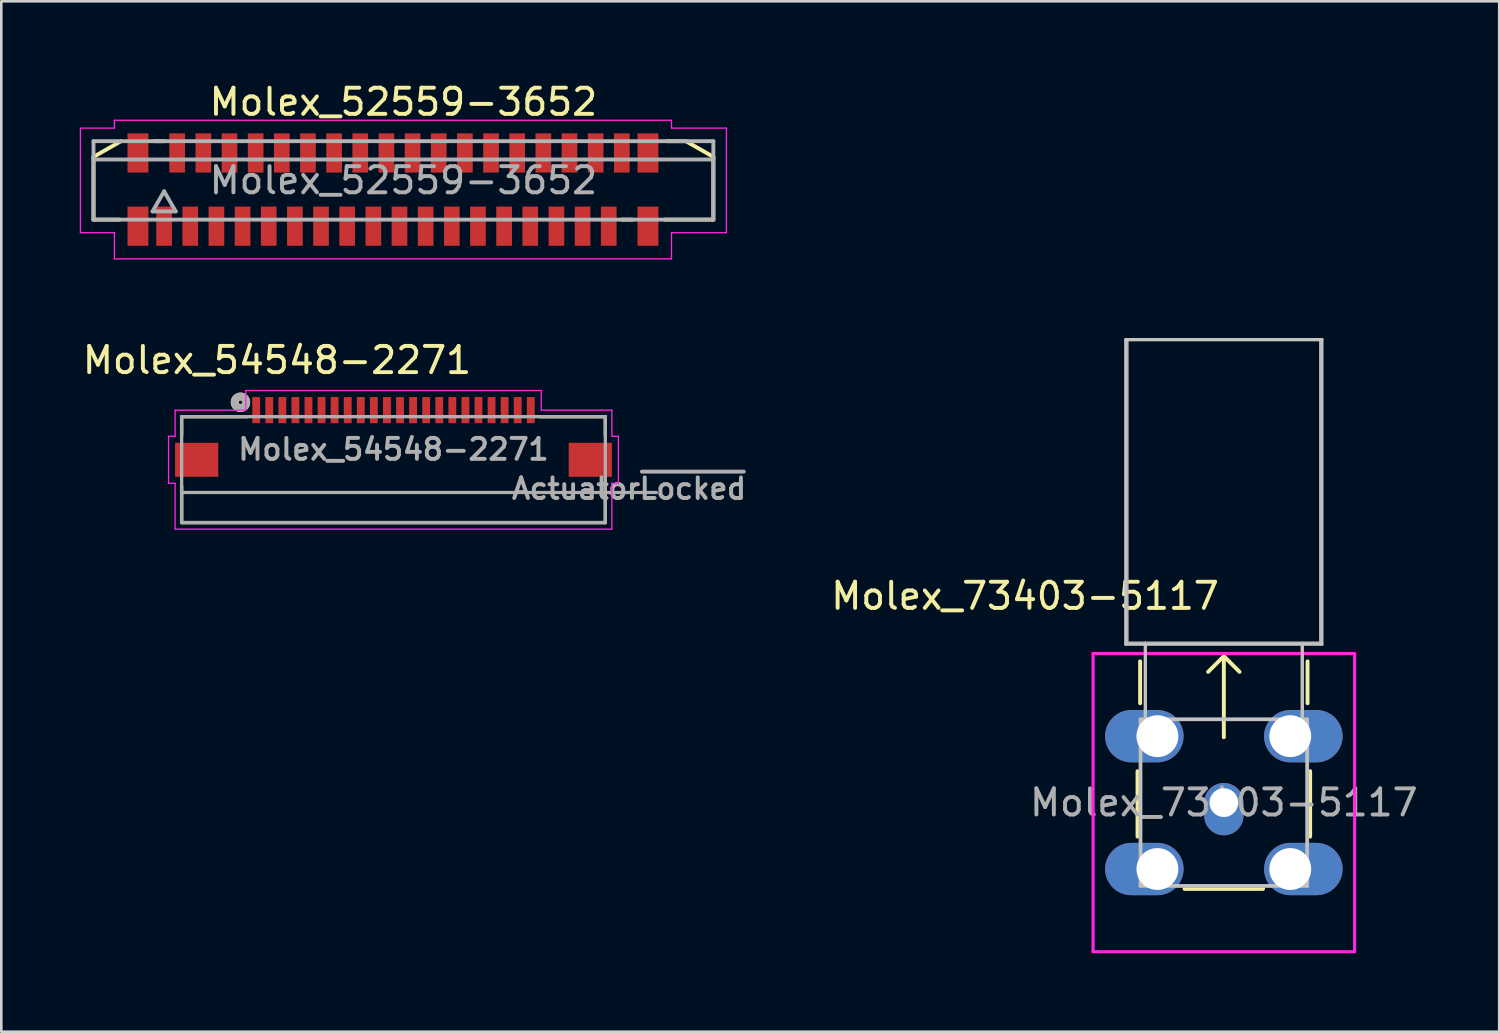
<source format=kicad_pcb>
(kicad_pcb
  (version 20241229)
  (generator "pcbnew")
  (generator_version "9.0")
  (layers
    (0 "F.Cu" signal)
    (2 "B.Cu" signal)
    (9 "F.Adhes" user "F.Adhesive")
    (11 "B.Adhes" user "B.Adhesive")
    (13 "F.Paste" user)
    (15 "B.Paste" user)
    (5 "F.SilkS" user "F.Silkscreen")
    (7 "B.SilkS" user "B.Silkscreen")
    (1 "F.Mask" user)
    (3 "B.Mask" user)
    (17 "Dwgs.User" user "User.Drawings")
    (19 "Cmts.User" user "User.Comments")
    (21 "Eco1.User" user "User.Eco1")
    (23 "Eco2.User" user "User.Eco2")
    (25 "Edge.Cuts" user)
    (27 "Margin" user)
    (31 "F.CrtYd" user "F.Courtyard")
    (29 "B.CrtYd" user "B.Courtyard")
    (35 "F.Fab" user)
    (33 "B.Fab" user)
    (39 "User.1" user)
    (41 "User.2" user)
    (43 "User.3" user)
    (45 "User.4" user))
  (footprint "Molex_54548-2271"
    (layer "F.Cu")
    (at 11.995 12.631)
    (property "Reference" "Molex_54548-2271" (at -4.453 -1.908 0) (layer "F.SilkS") (effects (font (size 1.002 1.002) (thickness 0.15))))
    (attr through_hole)
    (fp_line (start -8.1 0.25) (end -8.1 0.95) (stroke (width 0.127) (type solid)) (layer "F.SilkS"))
    (fp_line (start -8.1 4.3) (end -8.1 2.9) (stroke (width 0.127) (type solid)) (layer "F.SilkS"))
    (fp_line (start -5.6 0.25) (end -8.1 0.25) (stroke (width 0.127) (type solid)) (layer "F.SilkS"))
    (fp_line (start 5.6 0.25) (end 8.1 0.25) (stroke (width 0.127) (type solid)) (layer "F.SilkS"))
    (fp_line (start 8.1 0.25) (end 8.1 0.95) (stroke (width 0.127) (type solid)) (layer "F.SilkS"))
    (fp_line (start 8.1 2.9) (end 8.1 4.3) (stroke (width 0.127) (type solid)) (layer "F.SilkS"))
    (fp_line (start 8.1 4.3) (end -8.1 4.3) (stroke (width 0.127) (type solid)) (layer "F.SilkS"))
    (fp_circle (center -5.85 -0.3) (end -5.779 -0.3) (stroke (width 0.3) (type solid)) (fill no) (layer "F.SilkS"))
    (fp_line (start -8.6 1) (end -8.35 1) (stroke (width 0.05) (type solid)) (layer "F.CrtYd"))
    (fp_line (start -8.6 2.8) (end -8.6 1) (stroke (width 0.05) (type solid)) (layer "F.CrtYd"))
    (fp_line (start -8.35 0) (end -5.65 0) (stroke (width 0.05) (type solid)) (layer "F.CrtYd"))
    (fp_line (start -8.35 1) (end -8.35 0) (stroke (width 0.05) (type solid)) (layer "F.CrtYd"))
    (fp_line (start -8.35 2.8) (end -8.6 2.8) (stroke (width 0.05) (type solid)) (layer "F.CrtYd"))
    (fp_line (start -8.35 4.55) (end -8.35 2.8) (stroke (width 0.05) (type solid)) (layer "F.CrtYd"))
    (fp_line (start -5.65 -0.75) (end 5.65 -0.75) (stroke (width 0.05) (type solid)) (layer "F.CrtYd"))
    (fp_line (start -5.65 0) (end -5.65 -0.75) (stroke (width 0.05) (type solid)) (layer "F.CrtYd"))
    (fp_line (start 5.65 -0.75) (end 5.65 0) (stroke (width 0.05) (type solid)) (layer "F.CrtYd"))
    (fp_line (start 5.65 0) (end 8.35 0) (stroke (width 0.05) (type solid)) (layer "F.CrtYd"))
    (fp_line (start 8.35 0) (end 8.35 1) (stroke (width 0.05) (type solid)) (layer "F.CrtYd"))
    (fp_line (start 8.35 1) (end 8.6 1) (stroke (width 0.05) (type solid)) (layer "F.CrtYd"))
    (fp_line (start 8.35 2.8) (end 8.35 4.55) (stroke (width 0.05) (type solid)) (layer "F.CrtYd"))
    (fp_line (start 8.35 4.55) (end -8.35 4.55) (stroke (width 0.05) (type solid)) (layer "F.CrtYd"))
    (fp_line (start 8.6 1) (end 8.6 2.8) (stroke (width 0.05) (type solid)) (layer "F.CrtYd"))
    (fp_line (start 8.6 2.8) (end 8.35 2.8) (stroke (width 0.05) (type solid)) (layer "F.CrtYd"))
    (fp_line (start -8.1 0.25) (end 8.1 0.25) (stroke (width 0.127) (type solid)) (layer "F.Fab"))
    (fp_line (start -8.1 3.15) (end -8.1 0.25) (stroke (width 0.127) (type solid)) (layer "F.Fab"))
    (fp_line (start -8.1 4.3) (end -8.1 3.15) (stroke (width 0.127) (type solid)) (layer "F.Fab"))
    (fp_line (start 8.1 0.25) (end 8.1 3.15) (stroke (width 0.127) (type solid)) (layer "F.Fab"))
    (fp_line (start 8.1 3.15) (end -8.1 3.15) (stroke (width 0.127) (type solid)) (layer "F.Fab"))
    (fp_line (start 8.1 3.15) (end 8.1 4.3) (stroke (width 0.127) (type solid)) (layer "F.Fab"))
    (fp_line (start 8.1 3.15) (end 10.05 3.15) (stroke (width 0.127) (type solid)) (layer "F.Fab"))
    (fp_line (start 8.1 4.3) (end -8.1 4.3) (stroke (width 0.127) (type solid)) (layer "F.Fab"))
    (fp_circle (center -5.85 -0.3) (end -5.779 -0.3) (stroke (width 0.3) (type solid)) (fill no) (layer "F.Fab"))
    (fp_text user "Actuator~{Locked}" (at 9.007 3.002 0) (layer "F.Fab") (effects (font (size 0.788 0.788) (thickness 0.15))))
    (fp_text user "${REFERENCE}" (at 0 1.5 0) (layer "F.Fab") (effects (font (size 0.8 0.8) (thickness 0.15))))
    (pad "1" smd rect (at -5.25 0) (size 0.3 1) (layers "F.Cu" "F.Mask" "F.Paste"))
    (pad "2" smd rect (at -4.75 0) (size 0.3 1) (layers "F.Cu" "F.Mask" "F.Paste"))
    (pad "3" smd rect (at -4.25 0) (size 0.3 1) (layers "F.Cu" "F.Mask" "F.Paste"))
    (pad "4" smd rect (at -3.75 0) (size 0.3 1) (layers "F.Cu" "F.Mask" "F.Paste"))
    (pad "5" smd rect (at -3.25 0) (size 0.3 1) (layers "F.Cu" "F.Mask" "F.Paste"))
    (pad "6" smd rect (at -2.75 0) (size 0.3 1) (layers "F.Cu" "F.Mask" "F.Paste"))
    (pad "7" smd rect (at -2.25 0) (size 0.3 1) (layers "F.Cu" "F.Mask" "F.Paste"))
    (pad "8" smd rect (at -1.75 0) (size 0.3 1) (layers "F.Cu" "F.Mask" "F.Paste"))
    (pad "9" smd rect (at -1.25 0) (size 0.3 1) (layers "F.Cu" "F.Mask" "F.Paste"))
    (pad "10" smd rect (at -0.75 0) (size 0.3 1) (layers "F.Cu" "F.Mask" "F.Paste"))
    (pad "11" smd rect (at -0.25 0) (size 0.3 1) (layers "F.Cu" "F.Mask" "F.Paste"))
    (pad "12" smd rect (at 0.25 0) (size 0.3 1) (layers "F.Cu" "F.Mask" "F.Paste"))
    (pad "13" smd rect (at 0.75 0) (size 0.3 1) (layers "F.Cu" "F.Mask" "F.Paste"))
    (pad "14" smd rect (at 1.25 0) (size 0.3 1) (layers "F.Cu" "F.Mask" "F.Paste"))
    (pad "15" smd rect (at 1.75 0) (size 0.3 1) (layers "F.Cu" "F.Mask" "F.Paste"))
    (pad "16" smd rect (at 2.25 0) (size 0.3 1) (layers "F.Cu" "F.Mask" "F.Paste"))
    (pad "17" smd rect (at 2.75 0) (size 0.3 1) (layers "F.Cu" "F.Mask" "F.Paste"))
    (pad "18" smd rect (at 3.25 0) (size 0.3 1) (layers "F.Cu" "F.Mask" "F.Paste"))
    (pad "19" smd rect (at 3.75 0) (size 0.3 1) (layers "F.Cu" "F.Mask" "F.Paste"))
    (pad "20" smd rect (at 4.25 0) (size 0.3 1) (layers "F.Cu" "F.Mask" "F.Paste"))
    (pad "21" smd rect (at 4.75 0) (size 0.3 1) (layers "F.Cu" "F.Mask" "F.Paste"))
    (pad "22" smd rect (at 5.25 0) (size 0.3 1) (layers "F.Cu" "F.Mask" "F.Paste"))
    (pad "SH1" smd rect (at -7.525 1.9) (size 1.65 1.3) (layers "F.Cu" "F.Mask" "F.Paste"))
    (pad "SH2" smd rect (at 7.525 1.9) (size 1.65 1.3) (layers "F.Cu" "F.Mask" "F.Paste")))
  (footprint "Molex_73403-5117"
    (layer "F.Cu")
    (at 43.744 27.638)
    (property "Reference" "Molex_73403-5117" (at -7.6 -7.9 0) (layer "F.SilkS") (effects (font (size 1 1) (thickness 0.15))))
    (attr smd)
    (fp_line (start -3.3 1.3) (end -3.3 -1.2) (stroke (width 0.15) (type solid)) (layer "F.SilkS"))
    (fp_line (start -3.2 -3.8) (end -3.2 -5.4) (stroke (width 0.15) (type solid)) (layer "F.SilkS"))
    (fp_line (start 0 -5.6) (end -0.6 -5) (stroke (width 0.15) (type solid)) (layer "F.SilkS"))
    (fp_line (start 0 -5.6) (end 0.6 -5) (stroke (width 0.15) (type solid)) (layer "F.SilkS"))
    (fp_line (start 0 -2.5) (end 0 -5.6) (stroke (width 0.15) (type solid)) (layer "F.SilkS"))
    (fp_line (start 1.5 3.3) (end -1.5 3.3) (stroke (width 0.15) (type solid)) (layer "F.SilkS"))
    (fp_line (start 3.2 -3.8) (end 3.2 -5.4) (stroke (width 0.15) (type solid)) (layer "F.SilkS"))
    (fp_line (start 3.3 1.3) (end 3.3 -1.2) (stroke (width 0.15) (type solid)) (layer "F.SilkS"))
    (fp_line (start -3.75 -17.705) (end 3.75 -17.705) (stroke (width 0.12) (type solid)) (layer "Dwgs.User"))
    (fp_line (start -3.75 -6.055) (end -3.75 -17.705) (stroke (width 0.12) (type solid)) (layer "Dwgs.User"))
    (fp_line (start -3.75 -6.055) (end 3.75 -6.055) (stroke (width 0.12) (type solid)) (layer "Dwgs.User"))
    (fp_line (start -3.175 -3.175) (end 3.175 -3.175) (stroke (width 0.12) (type solid)) (layer "Dwgs.User"))
    (fp_line (start -3.175 3.175) (end -3.175 -3.175) (stroke (width 0.12) (type solid)) (layer "Dwgs.User"))
    (fp_line (start -3 -3.175) (end -3 -6.055) (stroke (width 0.12) (type solid)) (layer "Dwgs.User"))
    (fp_line (start 3 -3.175) (end 3 -6.055) (stroke (width 0.12) (type solid)) (layer "Dwgs.User"))
    (fp_line (start 3.175 -3.175) (end 3.175 3.175) (stroke (width 0.12) (type solid)) (layer "Dwgs.User"))
    (fp_line (start 3.175 3.175) (end -3.175 3.175) (stroke (width 0.12) (type solid)) (layer "Dwgs.User"))
    (fp_line (start 3.75 -6.055) (end 3.75 -17.705) (stroke (width 0.12) (type solid)) (layer "Dwgs.User"))
    (fp_line (start -5 -5.7) (end -5 5.7) (stroke (width 0.12) (type solid)) (layer "F.CrtYd"))
    (fp_line (start -5 -5.7) (end 5 -5.7) (stroke (width 0.12) (type solid)) (layer "F.CrtYd"))
    (fp_line (start -5 5.7) (end 5 5.7) (stroke (width 0.12) (type solid)) (layer "F.CrtYd"))
    (fp_line (start 5 -5.7) (end 5 5.7) (stroke (width 0.12) (type solid)) (layer "F.CrtYd"))
    (fp_line (start -3.7 -17.7) (end 3.7 -17.7) (stroke (width 0.12) (type solid)) (layer "F.Fab"))
    (fp_line (start -3.7 -6.1) (end -3.7 -17.7) (stroke (width 0.12) (type solid)) (layer "F.Fab"))
    (fp_line (start -3.2 -3.2) (end -3.2 3.2) (stroke (width 0.12) (type solid)) (layer "F.Fab"))
    (fp_line (start -3.2 3.2) (end 3.2 3.2) (stroke (width 0.12) (type solid)) (layer "F.Fab"))
    (fp_line (start -3 -6.1) (end -3 -3.2) (stroke (width 0.12) (type solid)) (layer "F.Fab"))
    (fp_line (start -3 -3.2) (end -3.2 -3.2) (stroke (width 0.12) (type solid)) (layer "F.Fab"))
    (fp_line (start -3 -3.2) (end 3 -3.2) (stroke (width 0.12) (type solid)) (layer "F.Fab"))
    (fp_line (start 3 -3.2) (end 3 -6.1) (stroke (width 0.12) (type solid)) (layer "F.Fab"))
    (fp_line (start 3.2 -3.2) (end 3 -3.2) (stroke (width 0.12) (type solid)) (layer "F.Fab"))
    (fp_line (start 3.2 3.2) (end 3.2 -3.2) (stroke (width 0.12) (type solid)) (layer "F.Fab"))
    (fp_line (start 3.7 -17.7) (end 3.7 -6.1) (stroke (width 0.12) (type solid)) (layer "F.Fab"))
    (fp_line (start 3.7 -6.1) (end -3.7 -6.1) (stroke (width 0.12) (type solid)) (layer "F.Fab"))
    (fp_text user "${REFERENCE}" (at 0 0 0) (layer "F.Fab") (effects (font (size 1 1) (thickness 0.15))))
    (pad "1" thru_hole oval (at 0 0) (size 1.5 2) (drill 1.1 (offset 0 0.25)) (layers "*.Cu" "*.Mask" "F.Paste"))
    (pad "M" thru_hole oval (at -2.54 -2.54) (size 3 2) (drill 1.6 (offset -0.5 0)) (layers "*.Cu" "*.Mask" "F.Paste"))
    (pad "M" thru_hole oval (at -2.54 2.54) (size 3 2) (drill 1.6 (offset -0.5 0)) (layers "*.Cu" "*.Mask" "F.Paste"))
    (pad "M" thru_hole oval (at 2.54 -2.54) (size 3 2) (drill 1.6 (offset 0.5 0)) (layers "*.Cu" "*.Mask" "F.Paste"))
    (pad "M" thru_hole oval (at 2.54 2.54) (size 3 2) (drill 1.6 (offset 0.5 0)) (layers "*.Cu" "*.Mask" "F.Paste")))
  (footprint "Molex_52559-3652"
    (layer "F.Cu")
    (at 12.375 3.848)
    (property "Reference" "Molex_52559-3652" (at 0 0 0) (layer "F.Fab") (effects (font (size 1 1) (thickness 0.15))))
    (attr smd)
    (fp_line (start -11.85 -0.9) (end -10.8 -1.5) (stroke (width 0.15) (type solid)) (layer "F.SilkS"))
    (fp_line (start -11.85 1.5) (end -11.85 -0.9) (stroke (width 0.15) (type solid)) (layer "F.SilkS"))
    (fp_line (start -10.85 1.5) (end -11.85 1.5) (stroke (width 0.15) (type solid)) (layer "F.SilkS"))
    (fp_line (start -9.55 -1.5) (end -9.15 -1.5) (stroke (width 0.15) (type solid)) (layer "F.SilkS"))
    (fp_line (start 8.35 1.5) (end 8.75 1.5) (stroke (width 0.15) (type solid)) (layer "F.SilkS"))
    (fp_line (start 10.075 -1.5) (end 10.8 -1.5) (stroke (width 0.15) (type solid)) (layer "F.SilkS"))
    (fp_line (start 10.8 -1.5) (end 11.85 -0.9) (stroke (width 0.15) (type solid)) (layer "F.SilkS"))
    (fp_line (start 11.85 -0.9) (end 11.85 1.5) (stroke (width 0.15) (type solid)) (layer "F.SilkS"))
    (fp_line (start 11.85 1.5) (end 10 1.5) (stroke (width 0.15) (type solid)) (layer "F.SilkS"))
    (fp_line (start -11.85 -1.5) (end 11.85 -1.5) (stroke (width 0.025) (type solid)) (layer "Dwgs.User"))
    (fp_line (start -11.85 1.5) (end -11.85 -1.5) (stroke (width 0.025) (type solid)) (layer "Dwgs.User"))
    (fp_line (start 11.85 -1.5) (end 11.85 1.5) (stroke (width 0.025) (type solid)) (layer "Dwgs.User"))
    (fp_line (start 11.85 1.5) (end -11.85 1.5) (stroke (width 0.025) (type solid)) (layer "Dwgs.User"))
    (fp_line (start -12.35 -2) (end -12.35 2) (stroke (width 0.05) (type solid)) (layer "F.CrtYd"))
    (fp_line (start -12.35 2) (end -11.05 2) (stroke (width 0.05) (type solid)) (layer "F.CrtYd"))
    (fp_line (start -11.05 -2.3) (end -11.05 -2) (stroke (width 0.05) (type solid)) (layer "F.CrtYd"))
    (fp_line (start -11.05 -2) (end -12.35 -2) (stroke (width 0.05) (type solid)) (layer "F.CrtYd"))
    (fp_line (start -11.05 2) (end -11.05 3) (stroke (width 0.05) (type solid)) (layer "F.CrtYd"))
    (fp_line (start -11.05 3) (end 10.25 3) (stroke (width 0.05) (type solid)) (layer "F.CrtYd"))
    (fp_line (start 10.25 -2.3) (end -11.05 -2.3) (stroke (width 0.05) (type solid)) (layer "F.CrtYd"))
    (fp_line (start 10.25 -2) (end 10.25 -2.3) (stroke (width 0.05) (type solid)) (layer "F.CrtYd"))
    (fp_line (start 10.25 2) (end 12.35 2) (stroke (width 0.05) (type solid)) (layer "F.CrtYd"))
    (fp_line (start 10.25 3) (end 10.25 2) (stroke (width 0.05) (type solid)) (layer "F.CrtYd"))
    (fp_line (start 12.35 -2) (end 10.25 -2) (stroke (width 0.05) (type solid)) (layer "F.CrtYd"))
    (fp_line (start 12.35 2) (end 12.35 -2) (stroke (width 0.05) (type solid)) (layer "F.CrtYd"))
    (fp_line (start -11.85 -1.5) (end 11.85 -1.5) (stroke (width 0.15) (type solid)) (layer "F.Fab"))
    (fp_line (start -11.85 -0.8) (end 11.85 -0.8) (stroke (width 0.15) (type solid)) (layer "F.Fab"))
    (fp_line (start -11.85 1.5) (end -11.85 -1.5) (stroke (width 0.15) (type solid)) (layer "F.Fab"))
    (fp_line (start -9.592 1.185) (end -8.707 1.185) (stroke (width 0.15) (type solid)) (layer "F.Fab"))
    (fp_line (start -9.15 0.418) (end -9.592 1.185) (stroke (width 0.15) (type solid)) (layer "F.Fab"))
    (fp_line (start -8.707 1.185) (end -9.15 0.418) (stroke (width 0.15) (type solid)) (layer "F.Fab"))
    (fp_line (start 11.85 -1.5) (end 11.85 1.5) (stroke (width 0.15) (type solid)) (layer "F.Fab"))
    (fp_line (start 11.85 1.5) (end -11.85 1.5) (stroke (width 0.15) (type solid)) (layer "F.Fab"))
    (fp_text user "${REFERENCE}" (at 0 -3 0) (layer "F.SilkS") (effects (font (size 1 1) (thickness 0.15))))
    (pad "1" smd rect (at -9.15 1.75) (size 0.6 1.5) (layers "F.Cu" "F.Mask" "F.Paste"))
    (pad "2" smd rect (at -8.65 -1.05) (size 0.6 1.5) (layers "F.Cu" "F.Mask" "F.Paste"))
    (pad "3" smd rect (at -8.15 1.75) (size 0.6 1.5) (layers "F.Cu" "F.Mask" "F.Paste"))
    (pad "4" smd rect (at -7.65 -1.05) (size 0.6 1.5) (layers "F.Cu" "F.Mask" "F.Paste"))
    (pad "5" smd rect (at -7.15 1.75) (size 0.6 1.5) (layers "F.Cu" "F.Mask" "F.Paste"))
    (pad "6" smd rect (at -6.65 -1.05) (size 0.6 1.5) (layers "F.Cu" "F.Mask" "F.Paste"))
    (pad "7" smd rect (at -6.15 1.75) (size 0.6 1.5) (layers "F.Cu" "F.Mask" "F.Paste"))
    (pad "8" smd rect (at -5.65 -1.05) (size 0.6 1.5) (layers "F.Cu" "F.Mask" "F.Paste"))
    (pad "9" smd rect (at -5.15 1.75) (size 0.6 1.5) (layers "F.Cu" "F.Mask" "F.Paste"))
    (pad "10" smd rect (at -4.65 -1.05) (size 0.6 1.5) (layers "F.Cu" "F.Mask" "F.Paste"))
    (pad "11" smd rect (at -4.15 1.75) (size 0.6 1.5) (layers "F.Cu" "F.Mask" "F.Paste"))
    (pad "12" smd rect (at -3.65 -1.05) (size 0.6 1.5) (layers "F.Cu" "F.Mask" "F.Paste"))
    (pad "13" smd rect (at -3.15 1.75) (size 0.6 1.5) (layers "F.Cu" "F.Mask" "F.Paste"))
    (pad "14" smd rect (at -2.65 -1.05) (size 0.6 1.5) (layers "F.Cu" "F.Mask" "F.Paste"))
    (pad "15" smd rect (at -2.15 1.75) (size 0.6 1.5) (layers "F.Cu" "F.Mask" "F.Paste"))
    (pad "16" smd rect (at -1.65 -1.05) (size 0.6 1.5) (layers "F.Cu" "F.Mask" "F.Paste"))
    (pad "17" smd rect (at -1.15 1.75) (size 0.6 1.5) (layers "F.Cu" "F.Mask" "F.Paste"))
    (pad "18" smd rect (at -0.65 -1.05) (size 0.6 1.5) (layers "F.Cu" "F.Mask" "F.Paste"))
    (pad "19" smd rect (at -0.15 1.75) (size 0.6 1.5) (layers "F.Cu" "F.Mask" "F.Paste"))
    (pad "20" smd rect (at 0.35 -1.05) (size 0.6 1.5) (layers "F.Cu" "F.Mask" "F.Paste"))
    (pad "21" smd rect (at 0.85 1.75) (size 0.6 1.5) (layers "F.Cu" "F.Mask" "F.Paste"))
    (pad "22" smd rect (at 1.35 -1.05) (size 0.6 1.5) (layers "F.Cu" "F.Mask" "F.Paste"))
    (pad "23" smd rect (at 1.85 1.75) (size 0.6 1.5) (layers "F.Cu" "F.Mask" "F.Paste"))
    (pad "24" smd rect (at 2.35 -1.05) (size 0.6 1.5) (layers "F.Cu" "F.Mask" "F.Paste"))
    (pad "25" smd rect (at 2.85 1.75) (size 0.6 1.5) (layers "F.Cu" "F.Mask" "F.Paste"))
    (pad "26" smd rect (at 3.35 -1.05) (size 0.6 1.5) (layers "F.Cu" "F.Mask" "F.Paste"))
    (pad "27" smd rect (at 3.85 1.75) (size 0.6 1.5) (layers "F.Cu" "F.Mask" "F.Paste"))
    (pad "28" smd rect (at 4.35 -1.05) (size 0.6 1.5) (layers "F.Cu" "F.Mask" "F.Paste"))
    (pad "29" smd rect (at 4.85 1.75) (size 0.6 1.5) (layers "F.Cu" "F.Mask" "F.Paste"))
    (pad "30" smd rect (at 5.35 -1.05) (size 0.6 1.5) (layers "F.Cu" "F.Mask" "F.Paste"))
    (pad "31" smd rect (at 5.85 1.75) (size 0.6 1.5) (layers "F.Cu" "F.Mask" "F.Paste"))
    (pad "32" smd rect (at 6.35 -1.05) (size 0.6 1.5) (layers "F.Cu" "F.Mask" "F.Paste"))
    (pad "33" smd rect (at 6.85 1.75) (size 0.6 1.5) (layers "F.Cu" "F.Mask" "F.Paste"))
    (pad "34" smd rect (at 7.35 -1.05) (size 0.6 1.5) (layers "F.Cu" "F.Mask" "F.Paste"))
    (pad "35" smd rect (at 7.85 1.75) (size 0.6 1.5) (layers "F.Cu" "F.Mask" "F.Paste"))
    (pad "36" smd rect (at 8.35 -1.05) (size 0.6 1.5) (layers "F.Cu" "F.Mask" "F.Paste"))
    (pad "M1" smd rect (at -10.15 1.75) (size 0.8 1.5) (layers "F.Cu" "F.Mask" "F.Paste"))
    (pad "M2" smd rect (at 9.35 1.75) (size 0.8 1.5) (layers "F.Cu" "F.Mask" "F.Paste"))
    (pad "M3" smd rect (at -10.15 -1.05) (size 0.8 1.5) (layers "F.Cu" "F.Mask" "F.Paste"))
    (pad "M4" smd rect (at 9.35 -1.05) (size 0.8 1.5) (layers "F.Cu" "F.Mask" "F.Paste")))
  (gr_rect
    (start -3 -3)
    (end 54.273 36.398)
    (stroke (width 0.1) (type default))
    (fill no)
    (layer "Edge.Cuts")))
</source>
